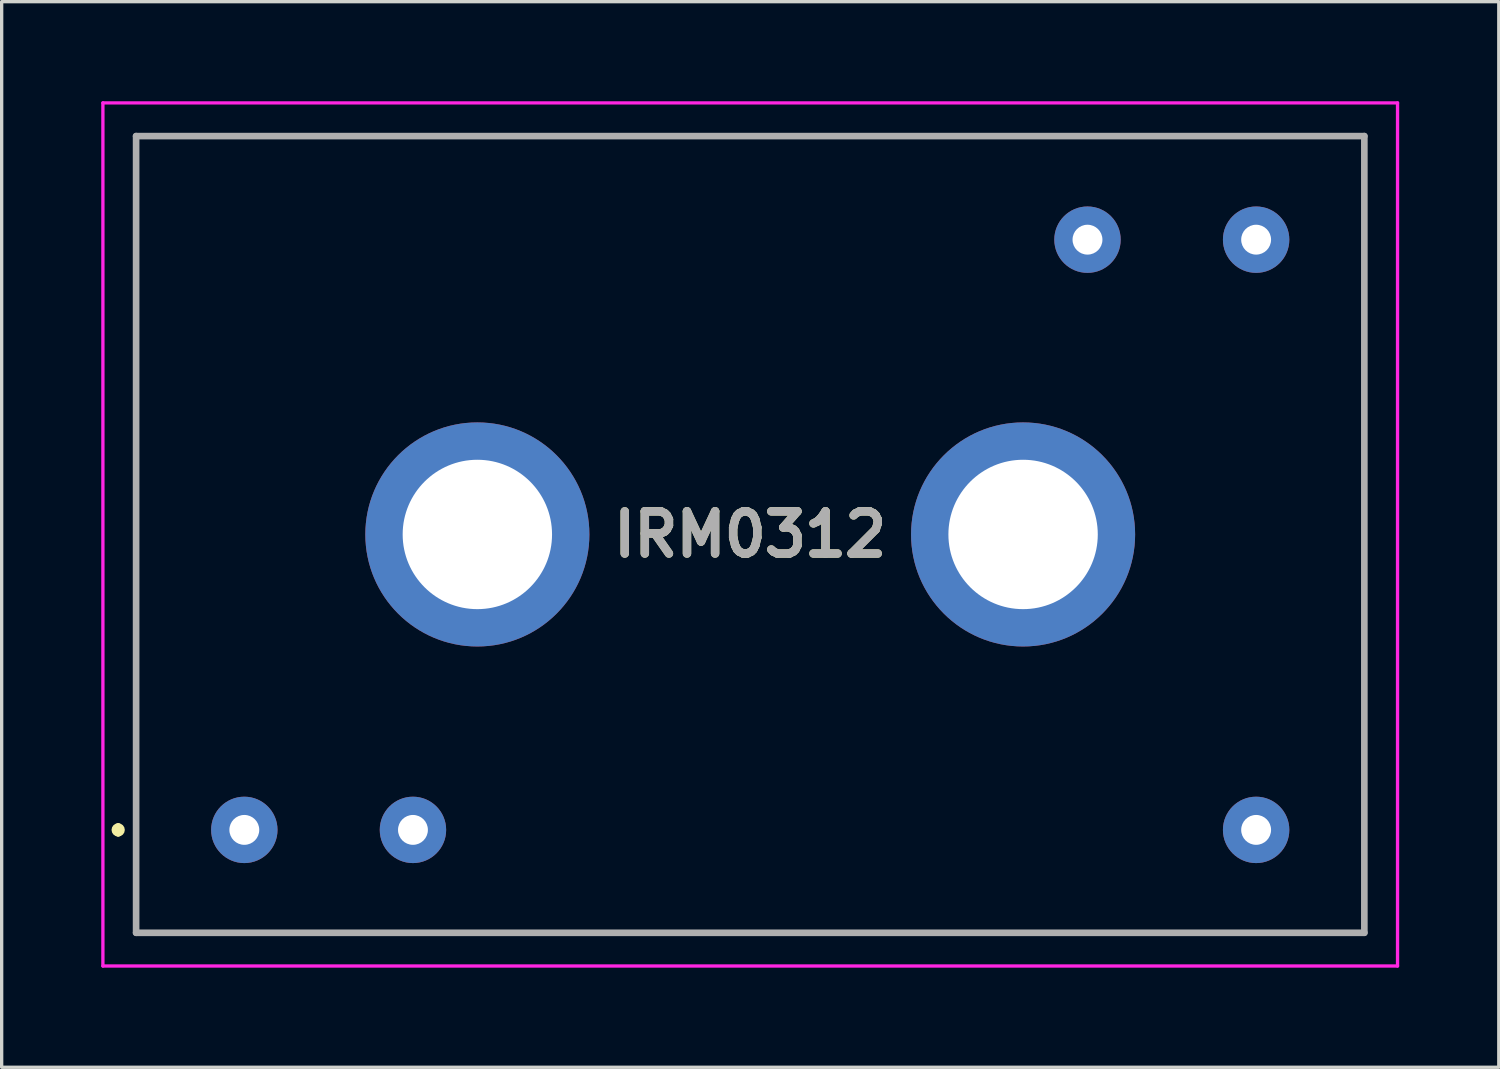
<source format=kicad_pcb>
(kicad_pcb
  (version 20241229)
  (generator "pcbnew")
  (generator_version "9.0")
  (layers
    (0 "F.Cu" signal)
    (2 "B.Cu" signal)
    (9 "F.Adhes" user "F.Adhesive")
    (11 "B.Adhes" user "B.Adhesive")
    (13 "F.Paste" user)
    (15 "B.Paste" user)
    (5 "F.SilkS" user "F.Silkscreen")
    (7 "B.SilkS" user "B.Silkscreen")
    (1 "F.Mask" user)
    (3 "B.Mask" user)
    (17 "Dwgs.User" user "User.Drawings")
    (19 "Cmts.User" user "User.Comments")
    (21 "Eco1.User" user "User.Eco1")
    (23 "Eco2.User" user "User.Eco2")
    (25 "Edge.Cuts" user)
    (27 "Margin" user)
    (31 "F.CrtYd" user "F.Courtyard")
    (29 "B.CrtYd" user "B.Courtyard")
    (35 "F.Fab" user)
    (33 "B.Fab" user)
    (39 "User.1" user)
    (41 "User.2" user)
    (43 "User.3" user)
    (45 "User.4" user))
  (footprint "IRM0312"
    (layer "F.Cu")
    (at 4.31 21.95)
    (property "Reference" "IRM0312" (at 15.24 -8.9 0) (layer "F.SilkS") (effects (font (size 1.27 1.27) (thickness 0.254))))
    (attr through_hole)
    (fp_line (start -3.8 -0.1) (end -3.8 -0.1) (stroke (width 0.2) (type solid)) (layer "F.SilkS"))
    (fp_line (start -3.8 0.1) (end -3.8 0.1) (stroke (width 0.2) (type solid)) (layer "F.SilkS"))
    (fp_line (start -3.26 -20.9) (end -3.26 3.1) (stroke (width 0.1) (type solid)) (layer "F.SilkS"))
    (fp_line (start -3.26 3.1) (end 33.74 3.1) (stroke (width 0.1) (type solid)) (layer "F.SilkS"))
    (fp_line (start 33.74 -20.9) (end -3.26 -20.9) (stroke (width 0.1) (type solid)) (layer "F.SilkS"))
    (fp_line (start 33.74 3.1) (end 33.74 -20.9) (stroke (width 0.1) (type solid)) (layer "F.SilkS"))
    (fp_arc (start -3.8 -0.1) (mid -3.7 0) (end -3.8 0.1) (stroke (width 0.2) (type solid)) (layer "F.SilkS"))
    (fp_arc (start -3.8 0.1) (mid -3.9 0) (end -3.8 -0.1) (stroke (width 0.2) (type solid)) (layer "F.SilkS"))
    (fp_line (start -4.26 -21.9) (end -4.26 4.1) (stroke (width 0.1) (type solid)) (layer "F.CrtYd"))
    (fp_line (start -4.26 4.1) (end 34.74 4.1) (stroke (width 0.1) (type solid)) (layer "F.CrtYd"))
    (fp_line (start 34.74 -21.9) (end -4.26 -21.9) (stroke (width 0.1) (type solid)) (layer "F.CrtYd"))
    (fp_line (start 34.74 4.1) (end 34.74 -21.9) (stroke (width 0.1) (type solid)) (layer "F.CrtYd"))
    (fp_line (start -3.26 -20.9) (end -3.26 3.1) (stroke (width 0.2) (type solid)) (layer "F.Fab"))
    (fp_line (start -3.26 3.1) (end 33.74 3.1) (stroke (width 0.2) (type solid)) (layer "F.Fab"))
    (fp_line (start 33.74 -20.9) (end -3.26 -20.9) (stroke (width 0.2) (type solid)) (layer "F.Fab"))
    (fp_line (start 33.74 3.1) (end 33.74 -20.9) (stroke (width 0.2) (type solid)) (layer "F.Fab"))
    (fp_text user "${REFERENCE}" (at 15.24 -8.9 0) (layer "F.Fab") (effects (font (size 1.27 1.27) (thickness 0.254))))
    (pad "1" thru_hole circle (at 0 0) (size 2 2) (drill 0.9) (layers "*.Cu" "*.Mask"))
    (pad "2" thru_hole circle (at 5.08 0) (size 2 2) (drill 0.9) (layers "*.Cu" "*.Mask"))
    (pad "3" thru_hole circle (at 30.48 0) (size 2 2) (drill 0.9) (layers "*.Cu" "*.Mask"))
    (pad "4" thru_hole circle (at 30.48 -17.78) (size 2 2) (drill 0.9) (layers "*.Cu" "*.Mask"))
    (pad "5" thru_hole circle (at 25.4 -17.78) (size 2 2) (drill 0.9) (layers "*.Cu" "*.Mask"))
    (pad "6" thru_hole circle (at 7.02 -8.9) (size 6.75 6.75) (drill 4.5) (layers "*.Cu" "*.Mask"))
    (pad "7" thru_hole circle (at 23.46 -8.9) (size 6.75 6.75) (drill 4.5) (layers "*.Cu" "*.Mask")))
  (gr_rect
    (start -3 -3)
    (end 42.1 29.1)
    (stroke (width 0.1) (type default))
    (fill no)
    (layer "Edge.Cuts")))
</source>
